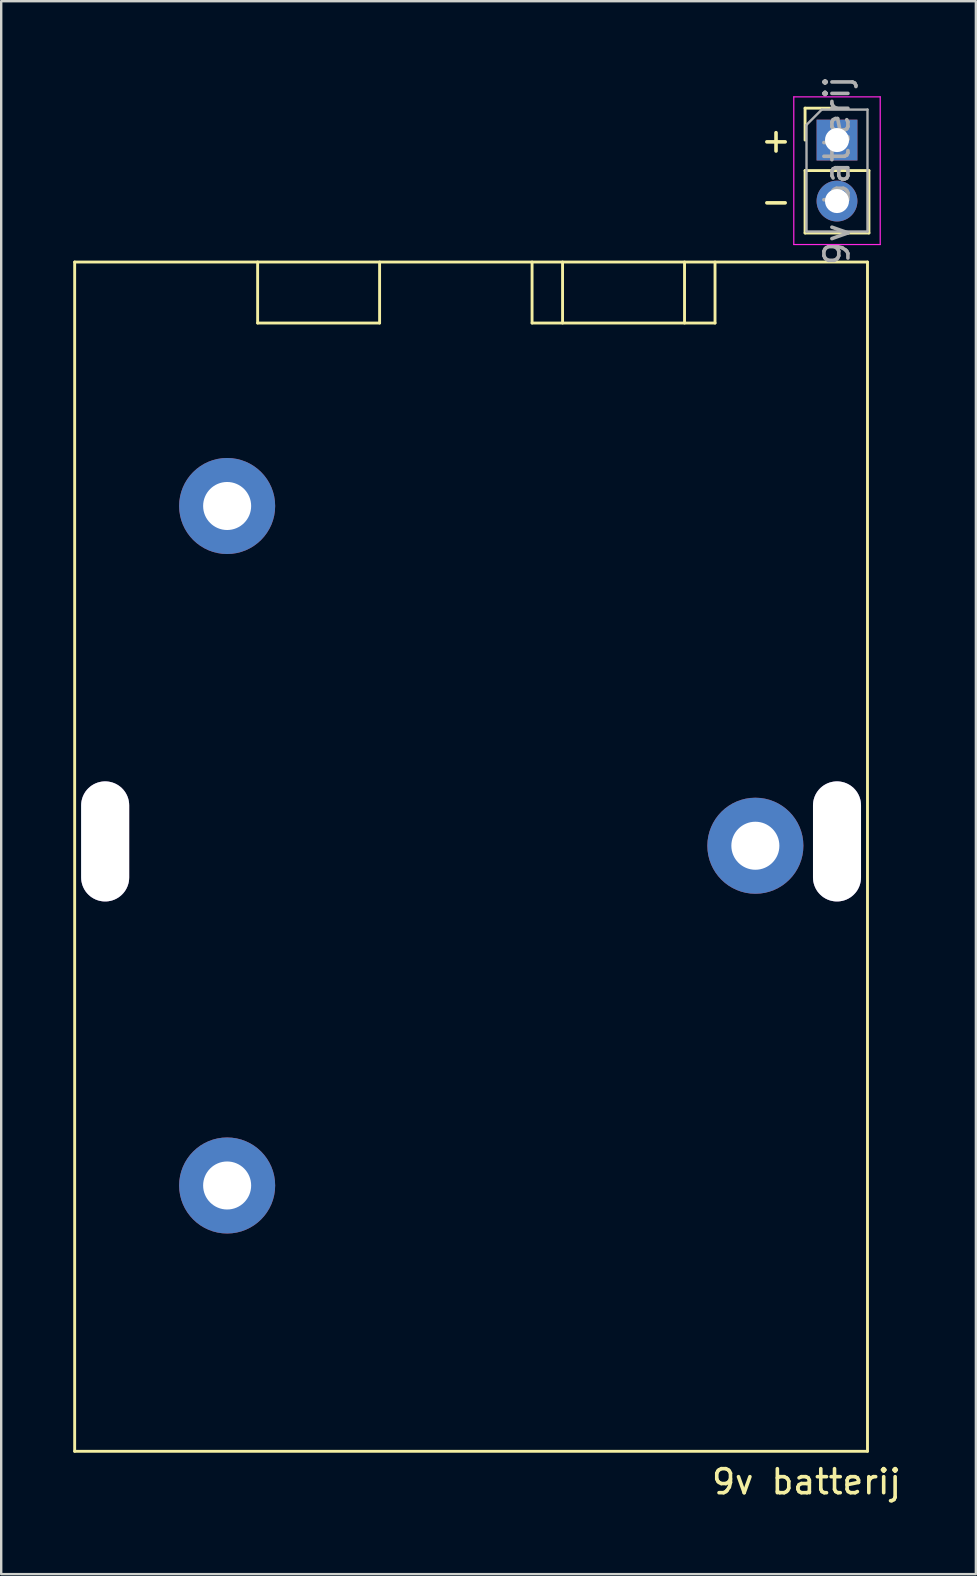
<source format=kicad_pcb>
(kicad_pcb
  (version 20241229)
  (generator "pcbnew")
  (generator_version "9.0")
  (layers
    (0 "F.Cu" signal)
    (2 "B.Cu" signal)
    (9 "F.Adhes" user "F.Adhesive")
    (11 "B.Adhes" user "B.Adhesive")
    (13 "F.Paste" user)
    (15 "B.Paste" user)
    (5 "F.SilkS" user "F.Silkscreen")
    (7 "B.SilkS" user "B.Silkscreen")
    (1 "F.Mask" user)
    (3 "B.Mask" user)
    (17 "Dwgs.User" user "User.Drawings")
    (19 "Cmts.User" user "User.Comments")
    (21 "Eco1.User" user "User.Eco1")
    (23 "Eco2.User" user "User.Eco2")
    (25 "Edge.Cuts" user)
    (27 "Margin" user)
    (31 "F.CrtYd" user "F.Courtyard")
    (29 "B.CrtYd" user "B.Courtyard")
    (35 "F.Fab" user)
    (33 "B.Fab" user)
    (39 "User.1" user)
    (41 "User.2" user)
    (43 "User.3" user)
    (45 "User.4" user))
  (footprint "9v batterij"
    (layer "F.Cu")
    (at 16.57 31.994)
    (property "Reference" "9v batterij" (at 13.97 26.67 0) (layer "F.SilkS") (effects (font (size 1 1) (thickness 0.15))))
    (attr through_hole)
    (fp_line (start -16.51 -24.13) (end 16.51 -24.13) (stroke (width 0.12) (type solid)) (layer "F.SilkS"))
    (fp_line (start -16.51 25.4) (end -16.51 -24.13) (stroke (width 0.12) (type solid)) (layer "F.SilkS"))
    (fp_line (start -8.89 -24.13) (end -8.89 -21.59) (stroke (width 0.12) (type solid)) (layer "F.SilkS"))
    (fp_line (start -8.89 -21.59) (end -3.81 -21.59) (stroke (width 0.12) (type solid)) (layer "F.SilkS"))
    (fp_line (start -3.81 -21.59) (end -3.81 -24.13) (stroke (width 0.12) (type solid)) (layer "F.SilkS"))
    (fp_line (start 2.54 -24.13) (end 2.54 -21.59) (stroke (width 0.12) (type solid)) (layer "F.SilkS"))
    (fp_line (start 2.54 -21.59) (end 10.16 -21.59) (stroke (width 0.12) (type solid)) (layer "F.SilkS"))
    (fp_line (start 3.81 -21.59) (end 3.81 -24.13) (stroke (width 0.12) (type solid)) (layer "F.SilkS"))
    (fp_line (start 8.89 -21.59) (end 8.89 -24.13) (stroke (width 0.12) (type solid)) (layer "F.SilkS"))
    (fp_line (start 10.16 -21.59) (end 10.16 -24.13) (stroke (width 0.12) (type solid)) (layer "F.SilkS"))
    (fp_line (start 13.91 -30.54) (end 15.24 -30.54) (stroke (width 0.12) (type solid)) (layer "F.SilkS"))
    (fp_line (start 13.91 -29.21) (end 13.91 -30.54) (stroke (width 0.12) (type solid)) (layer "F.SilkS"))
    (fp_line (start 13.91 -27.94) (end 13.91 -25.34) (stroke (width 0.12) (type solid)) (layer "F.SilkS"))
    (fp_line (start 13.91 -27.94) (end 16.57 -27.94) (stroke (width 0.12) (type solid)) (layer "F.SilkS"))
    (fp_line (start 13.91 -25.34) (end 16.57 -25.34) (stroke (width 0.12) (type solid)) (layer "F.SilkS"))
    (fp_line (start 16.51 -24.13) (end 16.51 25.4) (stroke (width 0.12) (type solid)) (layer "F.SilkS"))
    (fp_line (start 16.51 25.4) (end -16.51 25.4) (stroke (width 0.12) (type solid)) (layer "F.SilkS"))
    (fp_line (start 16.57 -27.94) (end 16.57 -25.34) (stroke (width 0.12) (type solid)) (layer "F.SilkS"))
    (fp_line (start 13.44 -31.01) (end 13.44 -24.86) (stroke (width 0.05) (type solid)) (layer "F.CrtYd"))
    (fp_line (start 13.44 -24.86) (end 17.04 -24.86) (stroke (width 0.05) (type solid)) (layer "F.CrtYd"))
    (fp_line (start 17.04 -31.01) (end 13.44 -31.01) (stroke (width 0.05) (type solid)) (layer "F.CrtYd"))
    (fp_line (start 17.04 -24.86) (end 17.04 -31.01) (stroke (width 0.05) (type solid)) (layer "F.CrtYd"))
    (fp_line (start 13.97 -29.845) (end 14.605 -30.48) (stroke (width 0.1) (type solid)) (layer "F.Fab"))
    (fp_line (start 13.97 -25.4) (end 13.97 -29.845) (stroke (width 0.1) (type solid)) (layer "F.Fab"))
    (fp_line (start 14.605 -30.48) (end 16.51 -30.48) (stroke (width 0.1) (type solid)) (layer "F.Fab"))
    (fp_line (start 16.51 -30.48) (end 16.51 -25.4) (stroke (width 0.1) (type solid)) (layer "F.Fab"))
    (fp_line (start 16.51 -25.4) (end 13.97 -25.4) (stroke (width 0.1) (type solid)) (layer "F.Fab"))
    (fp_text user "-" (at 12.7 -26.67 0) (layer "F.SilkS") (effects (font (size 1 1) (thickness 0.15))))
    (fp_text user "+" (at 12.7 -29.21 0) (layer "F.SilkS") (effects (font (size 1 1) (thickness 0.15))))
    (fp_text user "${REFERENCE}" (at 15.24 -27.94 90) (layer "F.Fab") (effects (font (size 1 1) (thickness 0.15))))
    (pad "" thru_hole oval (at -15.24 0) (size 2 5) (drill oval 2 5) (layers "*.Cu" "*.Mask"))
    (pad "" thru_hole circle (at -10.16 -13.97) (size 4 4) (drill 2) (layers "*.Cu" "*.Mask"))
    (pad "" thru_hole circle (at -10.16 14.33) (size 4 4) (drill 2) (layers "*.Cu" "*.Mask"))
    (pad "" thru_hole circle (at 11.84 0.18) (size 4 4) (drill 2) (layers "*.Cu" "*.Mask"))
    (pad "" thru_hole oval (at 15.24 0) (size 2 5) (drill oval 2 5) (layers "*.Cu" "*.Mask"))
    (pad "1" thru_hole rect (at 15.24 -29.21) (size 1.7 1.7) (drill 1) (layers "*.Cu" "*.Mask"))
    (pad "2" thru_hole oval (at 15.24 -26.67) (size 1.7 1.7) (drill 1) (layers "*.Cu" "*.Mask")))
  (gr_rect
    (start -3 -3)
    (end 37.594 62.512)
    (stroke (width 0.1) (type default))
    (fill no)
    (layer "Edge.Cuts")))
</source>
